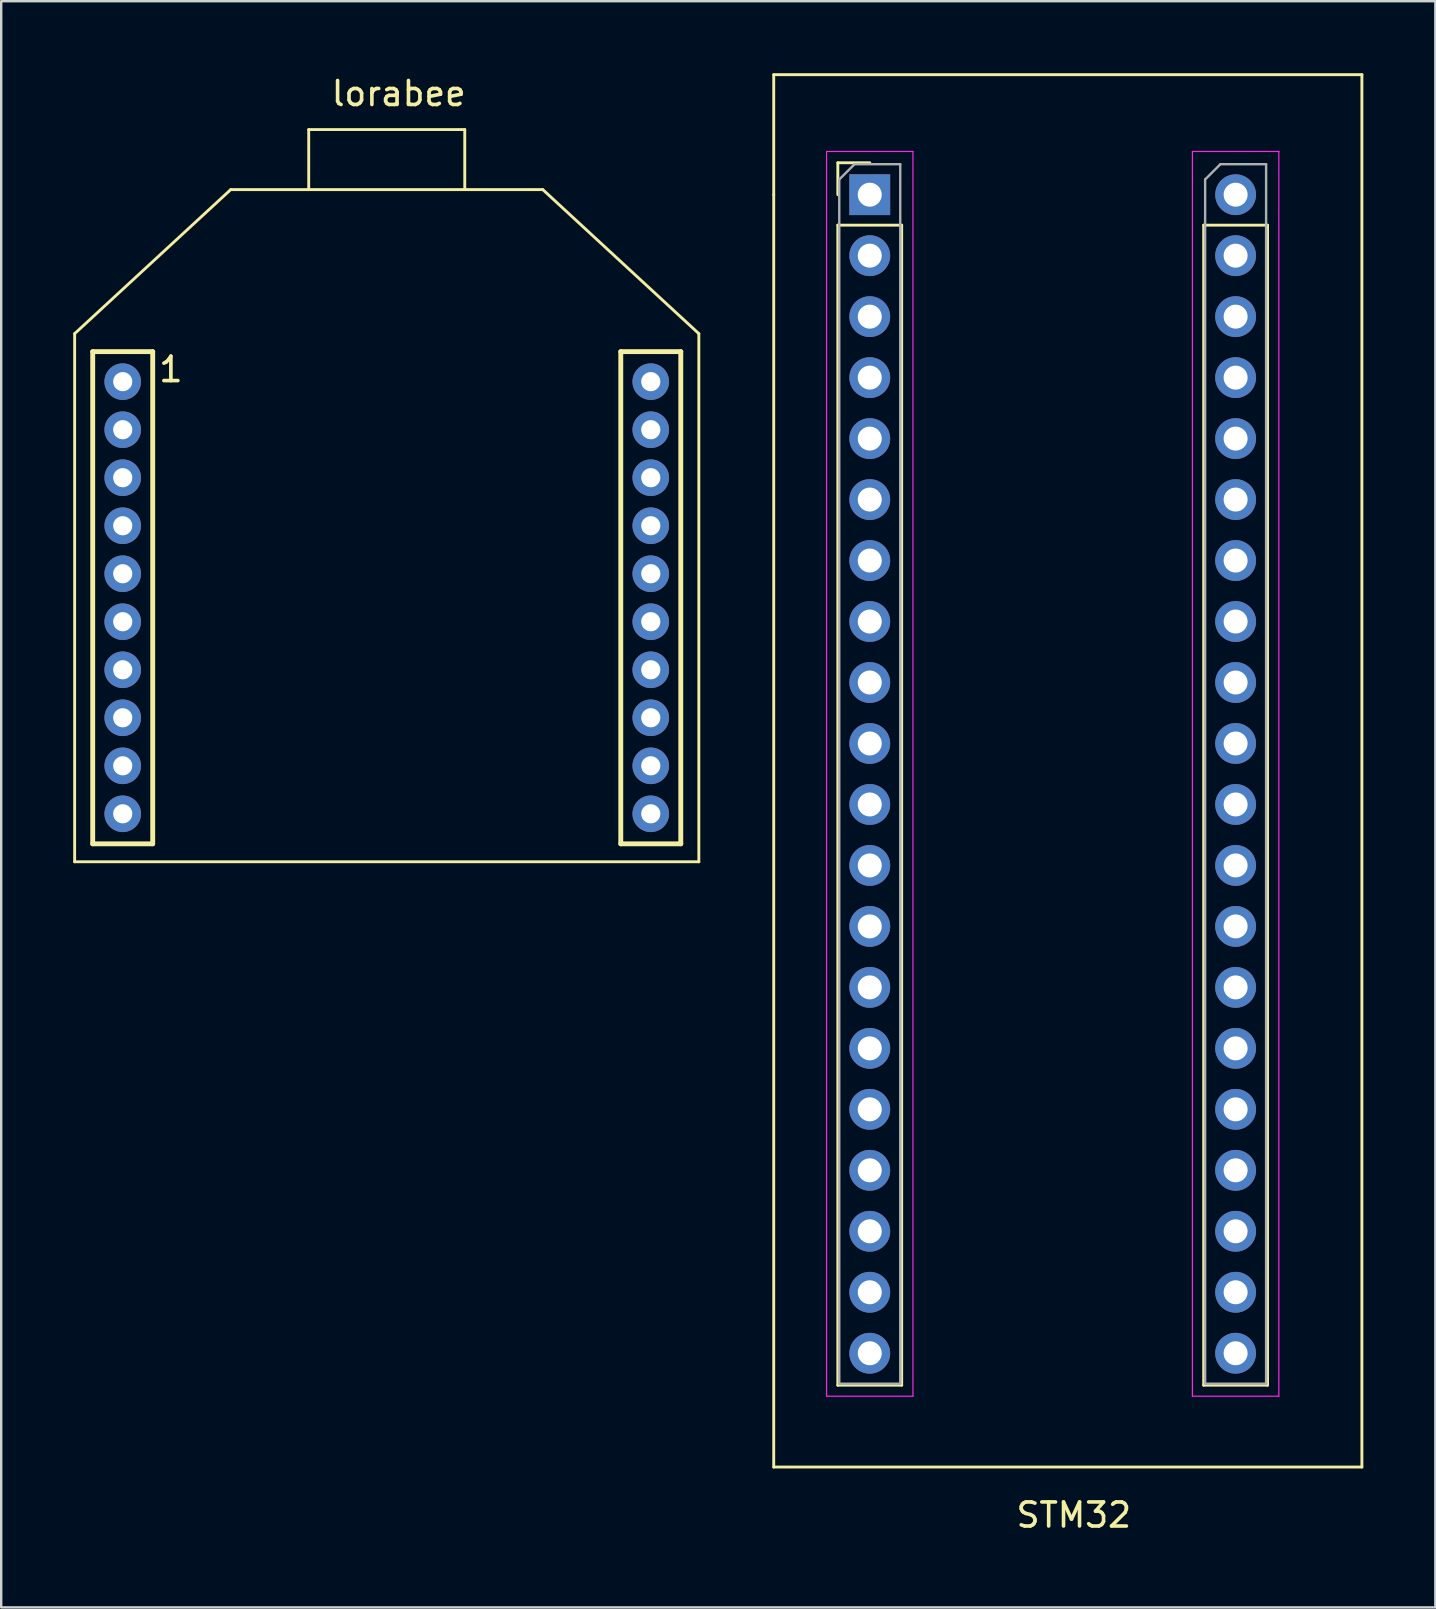
<source format=kicad_pcb>
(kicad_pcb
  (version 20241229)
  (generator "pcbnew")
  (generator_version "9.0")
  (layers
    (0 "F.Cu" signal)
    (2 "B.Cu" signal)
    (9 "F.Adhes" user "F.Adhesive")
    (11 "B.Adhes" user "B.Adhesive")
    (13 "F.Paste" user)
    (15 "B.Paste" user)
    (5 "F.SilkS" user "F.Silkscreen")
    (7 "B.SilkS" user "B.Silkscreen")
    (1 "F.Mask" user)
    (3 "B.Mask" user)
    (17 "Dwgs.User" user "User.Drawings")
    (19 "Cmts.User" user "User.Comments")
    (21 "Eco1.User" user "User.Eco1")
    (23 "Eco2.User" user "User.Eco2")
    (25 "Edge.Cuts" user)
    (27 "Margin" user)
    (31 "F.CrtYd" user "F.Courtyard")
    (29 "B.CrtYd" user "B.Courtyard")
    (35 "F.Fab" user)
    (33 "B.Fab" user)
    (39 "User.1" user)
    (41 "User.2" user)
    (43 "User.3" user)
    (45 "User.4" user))
  (footprint "STM32"
    (layer "F.Cu")
    (at 33.18 5.06)
    (property "Reference" "STM32" (at 8.5 55 0) (layer "F.SilkS") (effects (font (size 1 1) (thickness 0.15))))
    (attr through_hole)
    (fp_line (start -4 -5) (end -4 0) (stroke (width 0.12) (type solid)) (layer "F.SilkS"))
    (fp_line (start -4 0) (end -4 53) (stroke (width 0.12) (type solid)) (layer "F.SilkS"))
    (fp_line (start -4 53) (end 20.5 53) (stroke (width 0.12) (type solid)) (layer "F.SilkS"))
    (fp_line (start -1.33 -1.33) (end 0 -1.33) (stroke (width 0.12) (type solid)) (layer "F.SilkS"))
    (fp_line (start -1.33 0) (end -1.33 -1.33) (stroke (width 0.12) (type solid)) (layer "F.SilkS"))
    (fp_line (start -1.33 1.27) (end -1.33 49.59) (stroke (width 0.12) (type solid)) (layer "F.SilkS"))
    (fp_line (start -1.33 1.27) (end 1.33 1.27) (stroke (width 0.12) (type solid)) (layer "F.SilkS"))
    (fp_line (start -1.33 49.59) (end 1.33 49.59) (stroke (width 0.12) (type solid)) (layer "F.SilkS"))
    (fp_line (start 1.33 1.27) (end 1.33 49.59) (stroke (width 0.12) (type solid)) (layer "F.SilkS"))
    (fp_line (start 13.91 1.27) (end 13.91 49.59) (stroke (width 0.12) (type solid)) (layer "F.SilkS"))
    (fp_line (start 13.91 1.27) (end 16.57 1.27) (stroke (width 0.12) (type solid)) (layer "F.SilkS"))
    (fp_line (start 13.91 49.59) (end 16.57 49.59) (stroke (width 0.12) (type solid)) (layer "F.SilkS"))
    (fp_line (start 16.57 1.27) (end 16.57 49.59) (stroke (width 0.12) (type solid)) (layer "F.SilkS"))
    (fp_line (start 20.5 -5) (end -4 -5) (stroke (width 0.12) (type solid)) (layer "F.SilkS"))
    (fp_line (start 20.5 53) (end 20.5 -5) (stroke (width 0.12) (type solid)) (layer "F.SilkS"))
    (fp_line (start -1.8 -1.8) (end -1.8 50.05) (stroke (width 0.05) (type solid)) (layer "F.CrtYd"))
    (fp_line (start -1.8 50.05) (end 1.8 50.05) (stroke (width 0.05) (type solid)) (layer "F.CrtYd"))
    (fp_line (start 1.8 -1.8) (end -1.8 -1.8) (stroke (width 0.05) (type solid)) (layer "F.CrtYd"))
    (fp_line (start 1.8 50.05) (end 1.8 -1.8) (stroke (width 0.05) (type solid)) (layer "F.CrtYd"))
    (fp_line (start 13.44 -1.8) (end 13.44 50.05) (stroke (width 0.05) (type solid)) (layer "F.CrtYd"))
    (fp_line (start 13.44 50.05) (end 17.04 50.05) (stroke (width 0.05) (type solid)) (layer "F.CrtYd"))
    (fp_line (start 17.04 -1.8) (end 13.44 -1.8) (stroke (width 0.05) (type solid)) (layer "F.CrtYd"))
    (fp_line (start 17.04 50.05) (end 17.04 -1.8) (stroke (width 0.05) (type solid)) (layer "F.CrtYd"))
    (fp_line (start -1.27 -0.635) (end -0.635 -1.27) (stroke (width 0.1) (type solid)) (layer "F.Fab"))
    (fp_line (start -1.27 49.53) (end -1.27 -0.635) (stroke (width 0.1) (type solid)) (layer "F.Fab"))
    (fp_line (start -0.635 -1.27) (end 1.27 -1.27) (stroke (width 0.1) (type solid)) (layer "F.Fab"))
    (fp_line (start 1.27 -1.27) (end 1.27 49.53) (stroke (width 0.1) (type solid)) (layer "F.Fab"))
    (fp_line (start 1.27 49.53) (end -1.27 49.53) (stroke (width 0.1) (type solid)) (layer "F.Fab"))
    (fp_line (start 13.97 -0.635) (end 14.605 -1.27) (stroke (width 0.1) (type solid)) (layer "F.Fab"))
    (fp_line (start 13.97 49.53) (end 13.97 -0.635) (stroke (width 0.1) (type solid)) (layer "F.Fab"))
    (fp_line (start 14.605 -1.27) (end 16.51 -1.27) (stroke (width 0.1) (type solid)) (layer "F.Fab"))
    (fp_line (start 16.51 -1.27) (end 16.51 49.53) (stroke (width 0.1) (type solid)) (layer "F.Fab"))
    (fp_line (start 16.51 49.53) (end 13.97 49.53) (stroke (width 0.1) (type solid)) (layer "F.Fab"))
    (pad "1" thru_hole rect (at 0 0) (size 1.7 1.7) (drill 1) (layers "*.Cu" "*.Mask"))
    (pad "2" thru_hole oval (at 0 2.54) (size 1.7 1.7) (drill 1) (layers "*.Cu" "*.Mask"))
    (pad "3" thru_hole oval (at 0 5.08) (size 1.7 1.7) (drill 1) (layers "*.Cu" "*.Mask"))
    (pad "4" thru_hole oval (at 0 7.62) (size 1.7 1.7) (drill 1) (layers "*.Cu" "*.Mask"))
    (pad "5" thru_hole oval (at 0 10.16) (size 1.7 1.7) (drill 1) (layers "*.Cu" "*.Mask"))
    (pad "6" thru_hole oval (at 0 12.7) (size 1.7 1.7) (drill 1) (layers "*.Cu" "*.Mask"))
    (pad "7" thru_hole oval (at 0 15.24) (size 1.7 1.7) (drill 1) (layers "*.Cu" "*.Mask"))
    (pad "8" thru_hole oval (at 0 17.78) (size 1.7 1.7) (drill 1) (layers "*.Cu" "*.Mask"))
    (pad "9" thru_hole oval (at 0 20.32) (size 1.7 1.7) (drill 1) (layers "*.Cu" "*.Mask"))
    (pad "10" thru_hole oval (at 0 22.86) (size 1.7 1.7) (drill 1) (layers "*.Cu" "*.Mask"))
    (pad "11" thru_hole oval (at 0 25.4) (size 1.7 1.7) (drill 1) (layers "*.Cu" "*.Mask"))
    (pad "12" thru_hole oval (at 0 27.94) (size 1.7 1.7) (drill 1) (layers "*.Cu" "*.Mask"))
    (pad "13" thru_hole oval (at 0 30.48) (size 1.7 1.7) (drill 1) (layers "*.Cu" "*.Mask"))
    (pad "14" thru_hole oval (at 0 33.02) (size 1.7 1.7) (drill 1) (layers "*.Cu" "*.Mask"))
    (pad "15" thru_hole oval (at 0 35.56) (size 1.7 1.7) (drill 1) (layers "*.Cu" "*.Mask"))
    (pad "16" thru_hole oval (at 0 38.1) (size 1.7 1.7) (drill 1) (layers "*.Cu" "*.Mask"))
    (pad "17" thru_hole oval (at 0 40.64) (size 1.7 1.7) (drill 1) (layers "*.Cu" "*.Mask"))
    (pad "18" thru_hole oval (at 0 43.18) (size 1.7 1.7) (drill 1) (layers "*.Cu" "*.Mask"))
    (pad "19" thru_hole oval (at 0 45.72) (size 1.7 1.7) (drill 1) (layers "*.Cu" "*.Mask"))
    (pad "20" thru_hole oval (at 0 48.26) (size 1.7 1.7) (drill 1) (layers "*.Cu" "*.Mask"))
    (pad "21" thru_hole oval (at 15.24 48.26) (size 1.7 1.7) (drill 1) (layers "*.Cu" "*.Mask"))
    (pad "22" thru_hole oval (at 15.24 45.72) (size 1.7 1.7) (drill 1) (layers "*.Cu" "*.Mask"))
    (pad "23" thru_hole oval (at 15.24 43.18) (size 1.7 1.7) (drill 1) (layers "*.Cu" "*.Mask"))
    (pad "24" thru_hole oval (at 15.24 40.64) (size 1.7 1.7) (drill 1) (layers "*.Cu" "*.Mask"))
    (pad "25" thru_hole oval (at 15.24 38.1) (size 1.7 1.7) (drill 1) (layers "*.Cu" "*.Mask"))
    (pad "26" thru_hole oval (at 15.24 35.56) (size 1.7 1.7) (drill 1) (layers "*.Cu" "*.Mask"))
    (pad "27" thru_hole oval (at 15.24 33.02) (size 1.7 1.7) (drill 1) (layers "*.Cu" "*.Mask"))
    (pad "28" thru_hole oval (at 15.24 30.48) (size 1.7 1.7) (drill 1) (layers "*.Cu" "*.Mask"))
    (pad "29" thru_hole oval (at 15.24 27.94) (size 1.7 1.7) (drill 1) (layers "*.Cu" "*.Mask"))
    (pad "30" thru_hole oval (at 15.24 25.4) (size 1.7 1.7) (drill 1) (layers "*.Cu" "*.Mask"))
    (pad "31" thru_hole oval (at 15.24 22.86) (size 1.7 1.7) (drill 1) (layers "*.Cu" "*.Mask"))
    (pad "32" thru_hole oval (at 15.24 20.32) (size 1.7 1.7) (drill 1) (layers "*.Cu" "*.Mask"))
    (pad "33" thru_hole oval (at 15.24 17.78) (size 1.7 1.7) (drill 1) (layers "*.Cu" "*.Mask"))
    (pad "34" thru_hole oval (at 15.24 15.24) (size 1.7 1.7) (drill 1) (layers "*.Cu" "*.Mask"))
    (pad "35" thru_hole oval (at 15.24 12.7) (size 1.7 1.7) (drill 1) (layers "*.Cu" "*.Mask"))
    (pad "36" thru_hole oval (at 15.24 10.16) (size 1.7 1.7) (drill 1) (layers "*.Cu" "*.Mask"))
    (pad "37" thru_hole oval (at 15.24 7.62) (size 1.7 1.7) (drill 1) (layers "*.Cu" "*.Mask"))
    (pad "38" thru_hole oval (at 15.24 5.08) (size 1.7 1.7) (drill 1) (layers "*.Cu" "*.Mask"))
    (pad "39" thru_hole oval (at 15.24 2.54) (size 1.7 1.7) (drill 1) (layers "*.Cu" "*.Mask"))
    (pad "40" thru_hole circle (at 15.24 0) (size 1.7 1.7) (drill 1) (layers "*.Cu" "*.Mask")))
  (footprint "lorabee"
    (layer "F.Cu")
    (at 2.06 12.848)
    (property "Reference" "lorabee" (at 11.5 -12 0) (layer "F.SilkS") (effects (font (size 1 1) (thickness 0.15))))
    (attr through_hole)
    (fp_line (start -2 -2) (end 4.5 -8) (stroke (width 0.12) (type solid)) (layer "F.SilkS"))
    (fp_line (start -2 20) (end -2 -2) (stroke (width 0.12) (type solid)) (layer "F.SilkS"))
    (fp_line (start -2 20) (end 24 20) (stroke (width 0.12) (type solid)) (layer "F.SilkS"))
    (fp_line (start -1.248 -1.25) (end 1.251 -1.25) (stroke (width 0.203) (type solid)) (layer "F.SilkS"))
    (fp_line (start -1.248 19.251) (end -1.248 -1.25) (stroke (width 0.203) (type solid)) (layer "F.SilkS"))
    (fp_line (start -1.248 19.251) (end 1.251 19.251) (stroke (width 0.203) (type solid)) (layer "F.SilkS"))
    (fp_line (start 1.251 -1.25) (end 1.251 19.251) (stroke (width 0.203) (type solid)) (layer "F.SilkS"))
    (fp_line (start 4.5 -8) (end 17.5 -8) (stroke (width 0.12) (type solid)) (layer "F.SilkS"))
    (fp_line (start 7.75 -8) (end 7.75 -10.5) (stroke (width 0.12) (type solid)) (layer "F.SilkS"))
    (fp_line (start 14.25 -10.5) (end 7.75 -10.5) (stroke (width 0.12) (type solid)) (layer "F.SilkS"))
    (fp_line (start 14.25 -8) (end 14.25 -10.5) (stroke (width 0.12) (type solid)) (layer "F.SilkS"))
    (fp_line (start 17.5 -8) (end 24 -2) (stroke (width 0.12) (type solid)) (layer "F.SilkS"))
    (fp_line (start 20.749 -1.25) (end 20.749 19.251) (stroke (width 0.203) (type solid)) (layer "F.SilkS"))
    (fp_line (start 23.248 -1.25) (end 20.749 -1.25) (stroke (width 0.203) (type solid)) (layer "F.SilkS"))
    (fp_line (start 23.248 19.251) (end 20.749 19.251) (stroke (width 0.203) (type solid)) (layer "F.SilkS"))
    (fp_line (start 23.248 19.251) (end 23.248 -1.25) (stroke (width 0.203) (type solid)) (layer "F.SilkS"))
    (fp_line (start 24 20) (end 24 -2) (stroke (width 0.12) (type solid)) (layer "F.SilkS"))
    (fp_text user "1" (at 2.008 -0.508 0) (layer "F.SilkS") (effects (font (size 1.016 1.016) (thickness 0.152))))
    (pad "1" thru_hole circle (at 0.002 0.00004) (size 1.524 1.524) (drill 0.798) (layers "*.Cu" "*.Mask"))
    (pad "2" thru_hole circle (at 0.002 2.002) (size 1.524 1.524) (drill 0.798) (layers "*.Cu" "*.Mask"))
    (pad "3" thru_hole circle (at 0.002 4.001) (size 1.524 1.524) (drill 0.798) (layers "*.Cu" "*.Mask"))
    (pad "4" thru_hole circle (at 0.002 6.002) (size 1.524 1.524) (drill 0.798) (layers "*.Cu" "*.Mask"))
    (pad "5" thru_hole circle (at 0.002 8.001) (size 1.524 1.524) (drill 0.798) (layers "*.Cu" "*.Mask"))
    (pad "6" thru_hole circle (at 0.002 10) (size 1.524 1.524) (drill 0.798) (layers "*.Cu" "*.Mask"))
    (pad "7" thru_hole circle (at 0.002 12.002) (size 1.524 1.524) (drill 0.798) (layers "*.Cu" "*.Mask"))
    (pad "8" thru_hole circle (at 0.002 14.001) (size 1.524 1.524) (drill 0.798) (layers "*.Cu" "*.Mask"))
    (pad "9" thru_hole circle (at 0.002 16.002) (size 1.524 1.524) (drill 0.798) (layers "*.Cu" "*.Mask"))
    (pad "10" thru_hole circle (at 0.002 18.001) (size 1.524 1.524) (drill 0.798) (layers "*.Cu" "*.Mask"))
    (pad "11" thru_hole circle (at 21.998 18.001) (size 1.524 1.524) (drill 0.798) (layers "*.Cu" "*.Mask"))
    (pad "12" thru_hole circle (at 21.998 16.002) (size 1.524 1.524) (drill 0.798) (layers "*.Cu" "*.Mask"))
    (pad "13" thru_hole circle (at 21.998 14.001) (size 1.524 1.524) (drill 0.798) (layers "*.Cu" "*.Mask"))
    (pad "14" thru_hole circle (at 21.998 12.002) (size 1.524 1.524) (drill 0.798) (layers "*.Cu" "*.Mask"))
    (pad "15" thru_hole circle (at 21.998 10) (size 1.524 1.524) (drill 0.798) (layers "*.Cu" "*.Mask"))
    (pad "16" thru_hole circle (at 21.998 8.001) (size 1.524 1.524) (drill 0.798) (layers "*.Cu" "*.Mask"))
    (pad "17" thru_hole circle (at 21.998 6.002) (size 1.524 1.524) (drill 0.798) (layers "*.Cu" "*.Mask"))
    (pad "18" thru_hole circle (at 21.998 4.001) (size 1.524 1.524) (drill 0.798) (layers "*.Cu" "*.Mask"))
    (pad "19" thru_hole circle (at 21.998 2.002) (size 1.524 1.524) (drill 0.798) (layers "*.Cu" "*.Mask"))
    (pad "20" thru_hole circle (at 21.998 0.00004) (size 1.524 1.524) (drill 0.798) (layers "*.Cu" "*.Mask")))
  (gr_rect
    (start -3 -3)
    (end 56.74 63.908)
    (stroke (width 0.1) (type default))
    (fill no)
    (layer "Edge.Cuts")))
</source>
